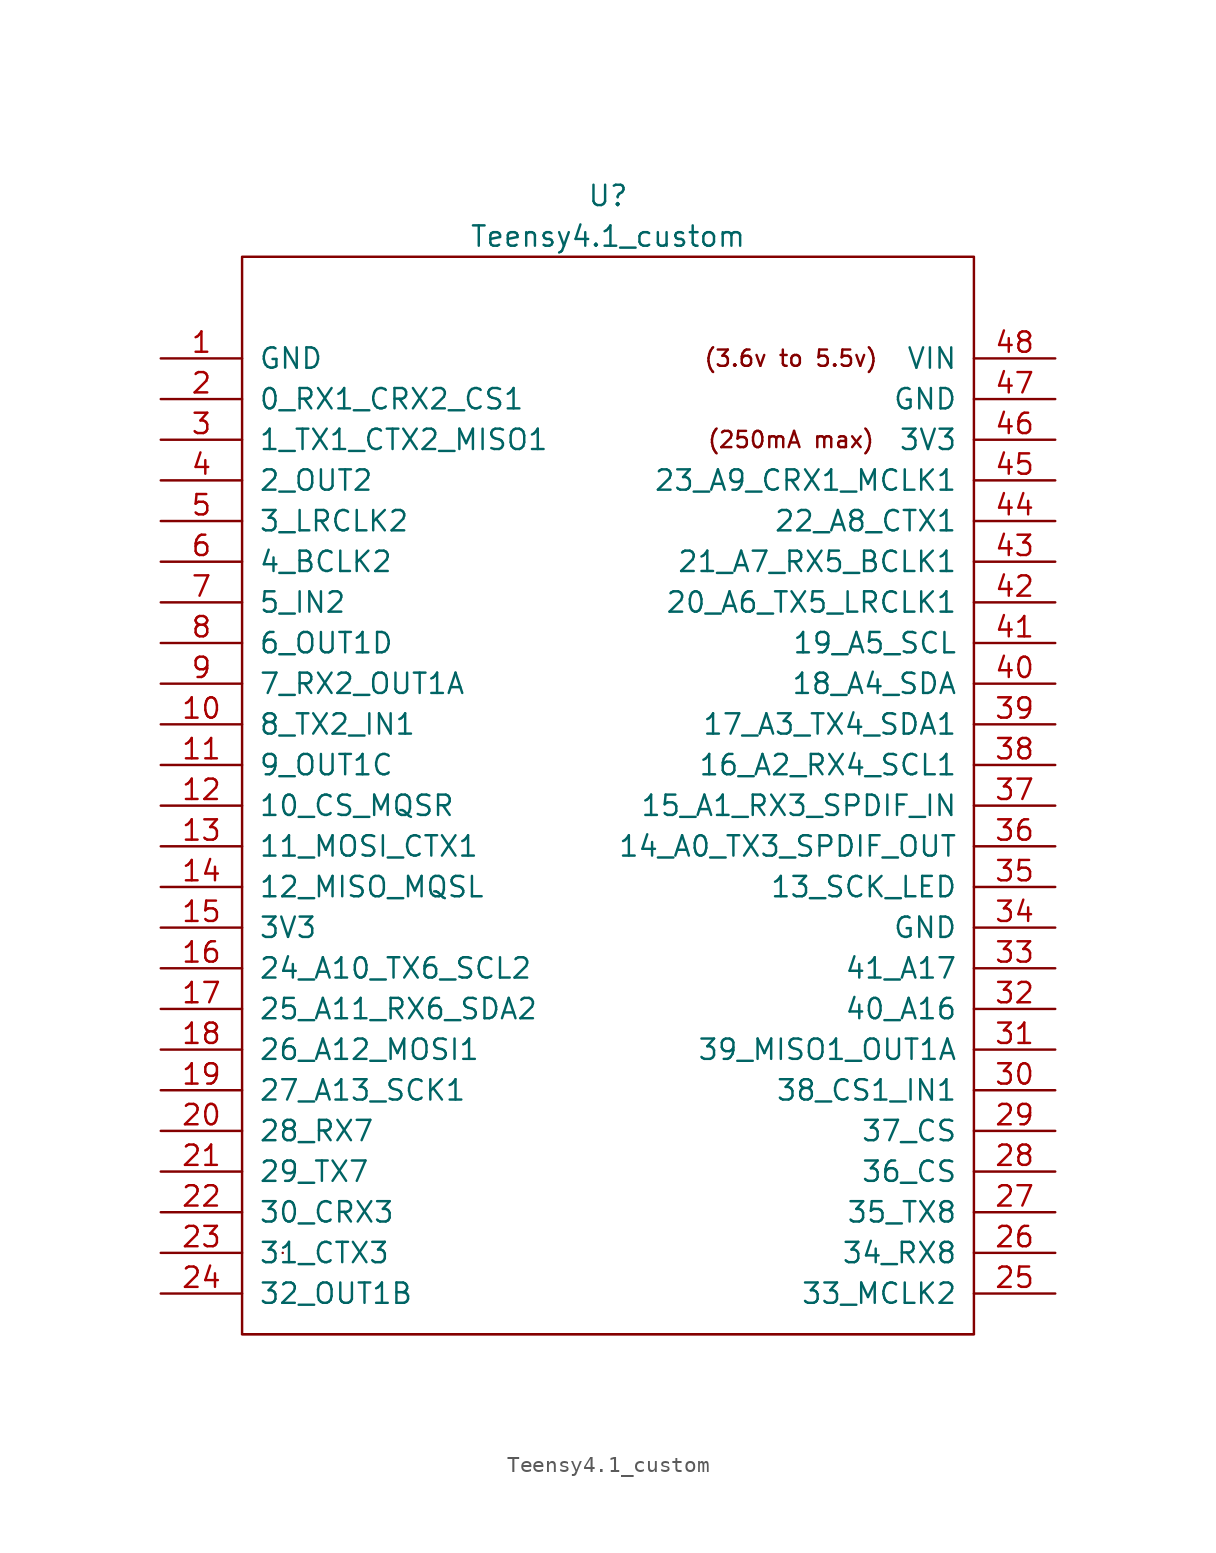
<source format=kicad_sym>
(kicad_symbol_lib
  (version 20220914)
  (generator kicad_symbol_editor)
  (symbol "Teensy4.1_custom"
    (pin_names
      (offset 1.016))
    (property "Reference" "U"
      (at 0 64.77 0)
      (effects (font (size 1.27 1.27))))
    (property "Value" "Teensy4.1_custom"
      (at 0 62.23 0)
      (effects (font (size 1.27 1.27))))
    (symbol "Teensy4.1_custom_0_0"
      (polyline (pts (xy -22.86 -6.35) (xy 22.86 -6.35)) (stroke (width 0) (type solid)) (fill (type none)))
      (text "(250mA max)" (at 11.43 49.53 0) (effects (font (size 1.016 1.016))))
      (text "(3.6v to 5.5v)" (at 11.43 54.61 0) (effects (font (size 1.016 1.016))))
      (pin bidirectional line (at -27.94 31.75 0) (length 5.08) (name "8_TX2_IN1" (effects (font (size 1.27 1.27)))) (number "10" (effects (font (size 1.27 1.27)))))
      (pin bidirectional line (at -27.94 29.21 0) (length 5.08) (name "9_OUT1C" (effects (font (size 1.27 1.27)))) (number "11" (effects (font (size 1.27 1.27)))))
      (pin bidirectional line (at -27.94 26.67 0) (length 5.08) (name "10_CS_MQSR" (effects (font (size 1.27 1.27)))) (number "12" (effects (font (size 1.27 1.27)))))
      (pin bidirectional line (at -27.94 24.13 0) (length 5.08) (name "11_MOSI_CTX1" (effects (font (size 1.27 1.27)))) (number "13" (effects (font (size 1.27 1.27)))))
      (pin bidirectional line (at -27.94 21.59 0) (length 5.08) (name "12_MISO_MQSL" (effects (font (size 1.27 1.27)))) (number "14" (effects (font (size 1.27 1.27)))))
      (pin power_in line (at -27.94 19.05 0) (length 5.08) (name "3V3" (effects (font (size 1.27 1.27)))) (number "15" (effects (font (size 1.27 1.27)))))
      (pin bidirectional line (at -27.94 16.51 0) (length 5.08) (name "24_A10_TX6_SCL2" (effects (font (size 1.27 1.27)))) (number "16" (effects (font (size 1.27 1.27)))))
      (pin bidirectional line (at -27.94 13.97 0) (length 5.08) (name "25_A11_RX6_SDA2" (effects (font (size 1.27 1.27)))) (number "17" (effects (font (size 1.27 1.27)))))
      (pin bidirectional line (at -27.94 11.43 0) (length 5.08) (name "26_A12_MOSI1" (effects (font (size 1.27 1.27)))) (number "18" (effects (font (size 1.27 1.27)))))
      (pin bidirectional line (at -27.94 8.89 0) (length 5.08) (name "27_A13_SCK1" (effects (font (size 1.27 1.27)))) (number "19" (effects (font (size 1.27 1.27)))))
      (pin bidirectional line (at -27.94 6.35 0) (length 5.08) (name "28_RX7" (effects (font (size 1.27 1.27)))) (number "20" (effects (font (size 1.27 1.27)))))
      (pin bidirectional line (at -27.94 3.81 0) (length 5.08) (name "29_TX7" (effects (font (size 1.27 1.27)))) (number "21" (effects (font (size 1.27 1.27)))))
      (pin bidirectional line (at -27.94 1.27 0) (length 5.08) (name "30_CRX3" (effects (font (size 1.27 1.27)))) (number "22" (effects (font (size 1.27 1.27)))))
      (pin bidirectional line (at -27.94 -1.27 0) (length 5.08) (name "31_CTX3" (effects (font (size 1.27 1.27)))) (number "23" (effects (font (size 1.27 1.27)))))
      (pin bidirectional line (at -27.94 -3.81 0) (length 5.08) (name "32_OUT1B" (effects (font (size 1.27 1.27)))) (number "24" (effects (font (size 1.27 1.27)))))
      (pin bidirectional line (at 27.94 -3.81 180) (length 5.08) (name "33_MCLK2" (effects (font (size 1.27 1.27)))) (number "25" (effects (font (size 1.27 1.27)))))
      (pin bidirectional line (at 27.94 -1.27 180) (length 5.08) (name "34_RX8" (effects (font (size 1.27 1.27)))) (number "26" (effects (font (size 1.27 1.27)))))
      (pin bidirectional line (at 27.94 1.27 180) (length 5.08) (name "35_TX8" (effects (font (size 1.27 1.27)))) (number "27" (effects (font (size 1.27 1.27)))))
      (pin bidirectional line (at 27.94 3.81 180) (length 5.08) (name "36_CS" (effects (font (size 1.27 1.27)))) (number "28" (effects (font (size 1.27 1.27)))))
      (pin bidirectional line (at 27.94 6.35 180) (length 5.08) (name "37_CS" (effects (font (size 1.27 1.27)))) (number "29" (effects (font (size 1.27 1.27)))))
      (pin bidirectional line (at 27.94 8.89 180) (length 5.08) (name "38_CS1_IN1" (effects (font (size 1.27 1.27)))) (number "30" (effects (font (size 1.27 1.27)))))
      (pin bidirectional line (at 27.94 11.43 180) (length 5.08) (name "39_MISO1_OUT1A" (effects (font (size 1.27 1.27)))) (number "31" (effects (font (size 1.27 1.27)))))
      (pin bidirectional line (at 27.94 13.97 180) (length 5.08) (name "40_A16" (effects (font (size 1.27 1.27)))) (number "32" (effects (font (size 1.27 1.27)))))
      (pin bidirectional line (at 27.94 16.51 180) (length 5.08) (name "41_A17" (effects (font (size 1.27 1.27)))) (number "33" (effects (font (size 1.27 1.27)))))
      (pin bidirectional line (at 27.94 21.59 180) (length 5.08) (name "13_SCK_LED" (effects (font (size 1.27 1.27)))) (number "35" (effects (font (size 1.27 1.27)))))
      (pin bidirectional line (at 27.94 24.13 180) (length 5.08) (name "14_A0_TX3_SPDIF_OUT" (effects (font (size 1.27 1.27)))) (number "36" (effects (font (size 1.27 1.27)))))
      (pin bidirectional line (at 27.94 26.67 180) (length 5.08) (name "15_A1_RX3_SPDIF_IN" (effects (font (size 1.27 1.27)))) (number "37" (effects (font (size 1.27 1.27)))))
      (pin bidirectional line (at 27.94 29.21 180) (length 5.08) (name "16_A2_RX4_SCL1" (effects (font (size 1.27 1.27)))) (number "38" (effects (font (size 1.27 1.27)))))
      (pin bidirectional line (at 27.94 31.75 180) (length 5.08) (name "17_A3_TX4_SDA1" (effects (font (size 1.27 1.27)))) (number "39" (effects (font (size 1.27 1.27)))))
      (pin bidirectional line (at 27.94 34.29 180) (length 5.08) (name "18_A4_SDA" (effects (font (size 1.27 1.27)))) (number "40" (effects (font (size 1.27 1.27)))))
      (pin bidirectional line (at 27.94 36.83 180) (length 5.08) (name "19_A5_SCL" (effects (font (size 1.27 1.27)))) (number "41" (effects (font (size 1.27 1.27)))))
      (pin bidirectional line (at 27.94 39.37 180) (length 5.08) (name "20_A6_TX5_LRCLK1" (effects (font (size 1.27 1.27)))) (number "42" (effects (font (size 1.27 1.27)))))
      (pin bidirectional line (at 27.94 41.91 180) (length 5.08) (name "21_A7_RX5_BCLK1" (effects (font (size 1.27 1.27)))) (number "43" (effects (font (size 1.27 1.27)))))
      (pin bidirectional line (at 27.94 44.45 180) (length 5.08) (name "22_A8_CTX1" (effects (font (size 1.27 1.27)))) (number "44" (effects (font (size 1.27 1.27)))))
      (pin bidirectional line (at 27.94 46.99 180) (length 5.08) (name "23_A9_CRX1_MCLK1" (effects (font (size 1.27 1.27)))) (number "45" (effects (font (size 1.27 1.27)))))
      (pin output line (at 27.94 49.53 180) (length 5.08) (name "3V3" (effects (font (size 1.27 1.27)))) (number "46" (effects (font (size 1.27 1.27)))))
      (pin output line (at 27.94 52.07 180) (length 5.08) (name "GND" (effects (font (size 1.27 1.27)))) (number "47" (effects (font (size 1.27 1.27)))))
      (pin power_in line (at 27.94 54.61 180) (length 5.08) (name "VIN" (effects (font (size 1.27 1.27)))) (number "48" (effects (font (size 1.27 1.27)))))
      (pin bidirectional line (at -27.94 44.45 0) (length 5.08) (name "3_LRCLK2" (effects (font (size 1.27 1.27)))) (number "5" (effects (font (size 1.27 1.27)))))
      (pin bidirectional line (at -27.94 41.91 0) (length 5.08) (name "4_BCLK2" (effects (font (size 1.27 1.27)))) (number "6" (effects (font (size 1.27 1.27)))))
      (pin bidirectional line (at -27.94 39.37 0) (length 5.08) (name "5_IN2" (effects (font (size 1.27 1.27)))) (number "7" (effects (font (size 1.27 1.27)))))
      (pin bidirectional line (at -27.94 36.83 0) (length 5.08) (name "6_OUT1D" (effects (font (size 1.27 1.27)))) (number "8" (effects (font (size 1.27 1.27)))))
      (pin bidirectional line (at -27.94 34.29 0) (length 5.08) (name "7_RX2_OUT1A" (effects (font (size 1.27 1.27)))) (number "9" (effects (font (size 1.27 1.27))))))
    (symbol "Teensy4.1_custom_0_1"
      (rectangle (start -22.86 60.96) (end 22.86 -6.35) (stroke (width 0) (type solid)) (fill (type none)))
      (rectangle (start -20.32 -1.27) (end -20.32 -1.27) (stroke (width 0) (type solid)) (fill (type none))))
    (symbol "Teensy4.1_custom_1_1"
      (pin power_in line (at -27.94 54.61 0) (length 5.08) (name "GND" (effects (font (size 1.27 1.27)))) (number "1" (effects (font (size 1.27 1.27)))))
      (pin bidirectional line (at -27.94 52.07 0) (length 5.08) (name "0_RX1_CRX2_CS1" (effects (font (size 1.27 1.27)))) (number "2" (effects (font (size 1.27 1.27)))))
      (pin bidirectional line (at -27.94 49.53 0) (length 5.08) (name "1_TX1_CTX2_MISO1" (effects (font (size 1.27 1.27)))) (number "3" (effects (font (size 1.27 1.27)))))
      (pin power_in line (at 27.94 19.05 180) (length 5.08) (name "GND" (effects (font (size 1.27 1.27)))) (number "34" (effects (font (size 1.27 1.27)))))
      (pin bidirectional line (at -27.94 46.99 0) (length 5.08) (name "2_OUT2" (effects (font (size 1.27 1.27)))) (number "4" (effects (font (size 1.27 1.27))))))))
</source>
